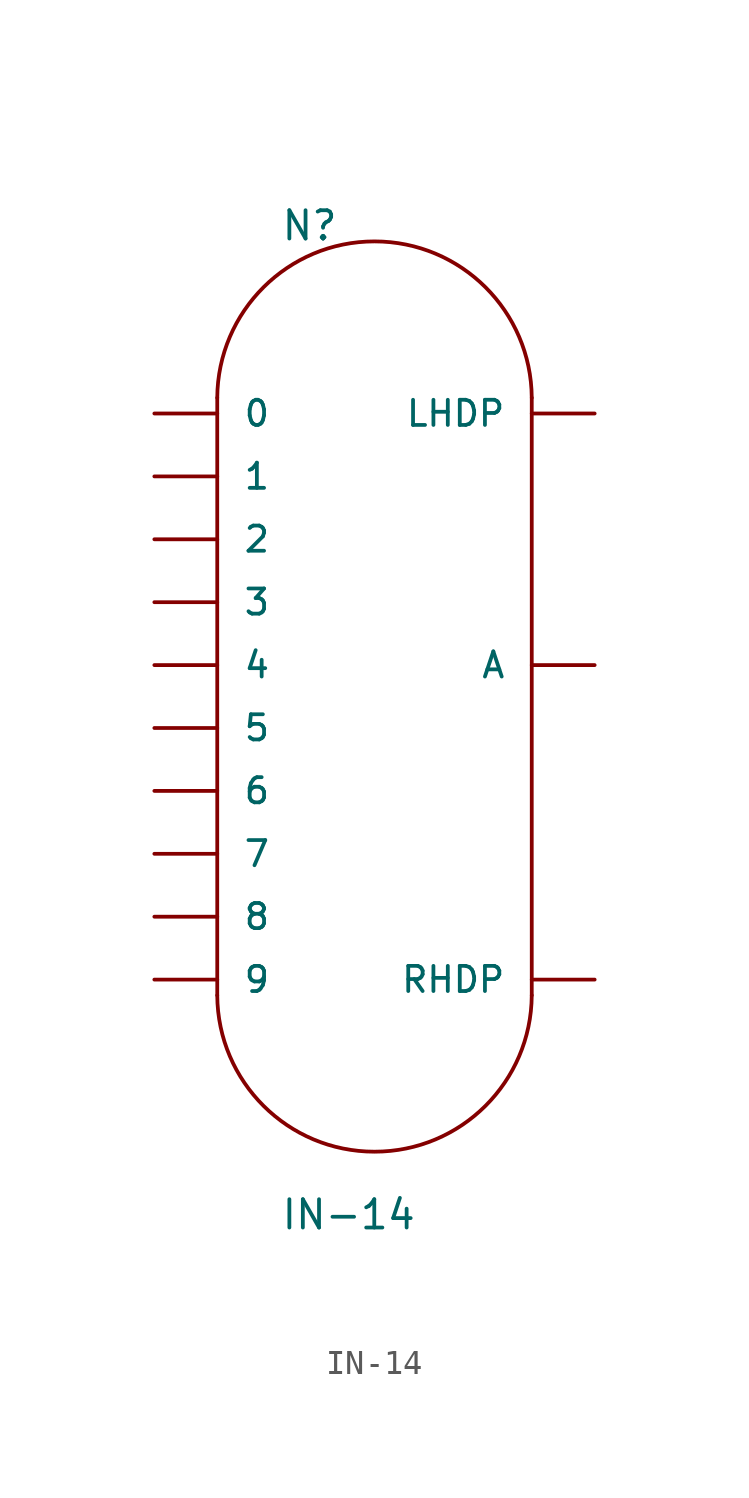
<source format=kicad_sym>
(kicad_symbol_lib
  (version 20211014)
  (generator kicad_symbol_editor)
  (symbol "IN-14"
    (pin_numbers hide)
    (pin_names
      (offset 1.016))
    (property "Reference" "N"
      (at 5.08 8.255 0)
      (effects (font (size 1.143 1.143)) (justify left top)))
    (property "Value" "IN-14"
      (at 5.08 -33.02 0)
      (effects (font (size 1.143 1.143)) (justify left bottom)))
    (property "Manufacturer" ""
      (at 0 0 0)
      (effects (font (size 1.27 1.27))))
    (property "ManufacturerPN" ""
      (at 0 0 0)
      (effects (font (size 1.27 1.27))))
    (property "Vendor" ""
      (at 0 0 0)
      (effects (font (size 1.27 1.27))))
    (property "VendorPN" ""
      (at 0 0 0)
      (effects (font (size 1.27 1.27))))
    (symbol "IN-14_1_0"
      (polyline (pts (xy 2.54 -23.495) (xy 2.54 0.635)) (stroke (width 0) (type default) (color 0 0 0 0)) (fill (type none)))
      (polyline (pts (xy 15.24 -23.495) (xy 15.24 0.635)) (stroke (width 0) (type default) (color 0 0 0 0)) (fill (type none))))
    (symbol "IN-14_1_1"
      (arc (start 2.54 -23.495) (mid 8.89 -29.845) (end 15.24 -23.495) (stroke (width 0) (type default) (color 0 0 0 0)) (fill (type none)))
      (arc (start 15.24 0.635) (mid 8.89 6.985) (end 2.54 0.635) (stroke (width 0) (type default) (color 0 0 0 0)) (fill (type none)))
      (pin bidirectional line (at 0 0 0) (length 2.54) (name "0" (effects (font (size 1.016 1.016)))) (number "0" (effects (font (size 1.016 1.016)))))
      (pin bidirectional line (at 0 -2.54 0) (length 2.54) (name "1" (effects (font (size 1.016 1.016)))) (number "1" (effects (font (size 1.016 1.016)))))
      (pin bidirectional line (at 0 -5.08 0) (length 2.54) (name "2" (effects (font (size 1.016 1.016)))) (number "2" (effects (font (size 1.016 1.016)))))
      (pin bidirectional line (at 0 -7.62 0) (length 2.54) (name "3" (effects (font (size 1.016 1.016)))) (number "3" (effects (font (size 1.016 1.016)))))
      (pin bidirectional line (at 0 -10.16 0) (length 2.54) (name "4" (effects (font (size 1.016 1.016)))) (number "4" (effects (font (size 1.016 1.016)))))
      (pin bidirectional line (at 0 -12.7 0) (length 2.54) (name "5" (effects (font (size 1.016 1.016)))) (number "5" (effects (font (size 1.016 1.016)))))
      (pin bidirectional line (at 0 -15.24 0) (length 2.54) (name "6" (effects (font (size 1.016 1.016)))) (number "6" (effects (font (size 1.016 1.016)))))
      (pin bidirectional line (at 0 -17.78 0) (length 2.54) (name "7" (effects (font (size 1.016 1.016)))) (number "7" (effects (font (size 1.016 1.016)))))
      (pin bidirectional line (at 0 -20.32 0) (length 2.54) (name "8" (effects (font (size 1.016 1.016)))) (number "8" (effects (font (size 1.016 1.016)))))
      (pin bidirectional line (at 0 -22.86 0) (length 2.54) (name "9" (effects (font (size 1.016 1.016)))) (number "9" (effects (font (size 1.016 1.016)))))
      (pin bidirectional line (at 17.78 -10.16 180) (length 2.54) (name "A" (effects (font (size 1.016 1.016)))) (number "A" (effects (font (size 1.016 1.016)))))
      (pin bidirectional line (at 17.78 0 180) (length 2.54) (name "LHDP" (effects (font (size 1.016 1.016)))) (number "LHDP" (effects (font (size 1.016 1.016)))))
      (pin bidirectional line (at 17.78 -22.86 180) (length 2.54) (name "RHDP" (effects (font (size 1.016 1.016)))) (number "RHDP" (effects (font (size 1.016 1.016))))))))
</source>
